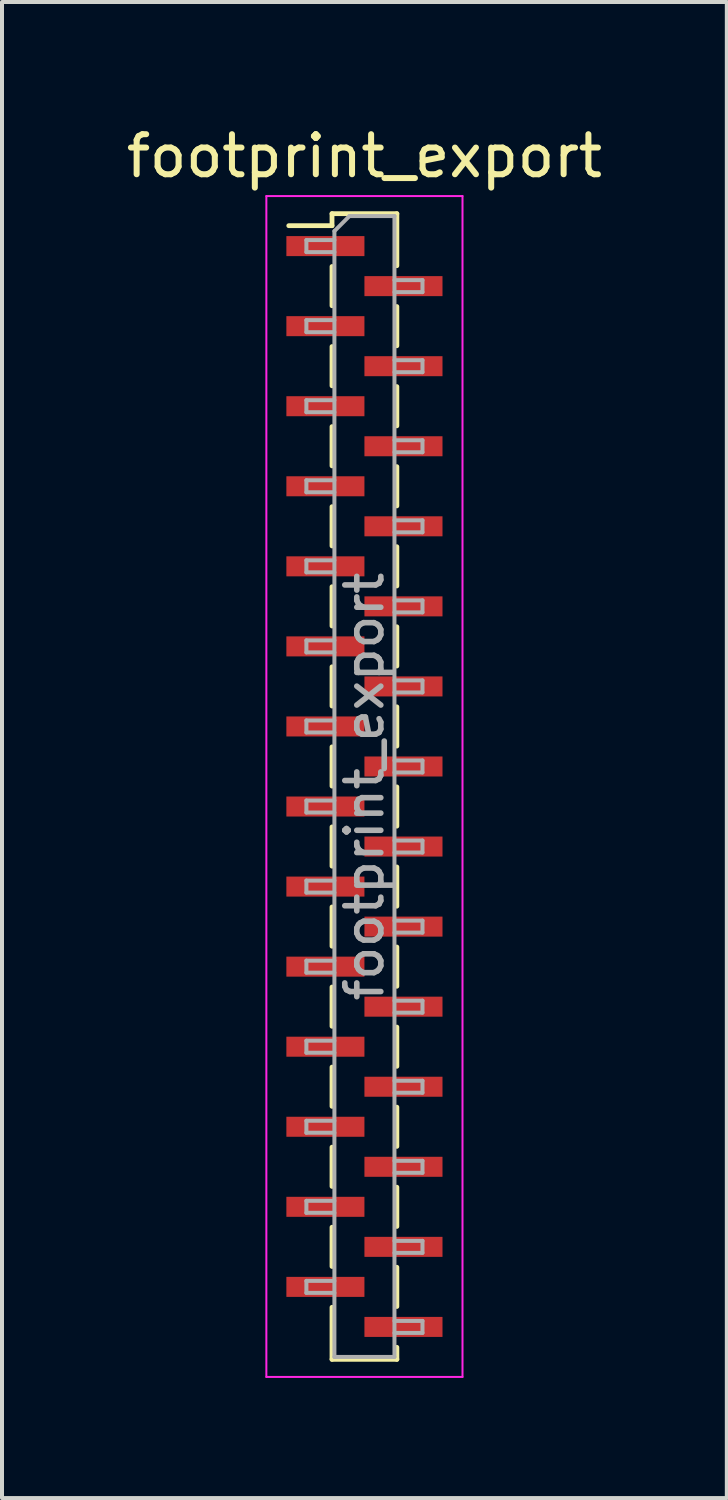
<source format=kicad_pcb>
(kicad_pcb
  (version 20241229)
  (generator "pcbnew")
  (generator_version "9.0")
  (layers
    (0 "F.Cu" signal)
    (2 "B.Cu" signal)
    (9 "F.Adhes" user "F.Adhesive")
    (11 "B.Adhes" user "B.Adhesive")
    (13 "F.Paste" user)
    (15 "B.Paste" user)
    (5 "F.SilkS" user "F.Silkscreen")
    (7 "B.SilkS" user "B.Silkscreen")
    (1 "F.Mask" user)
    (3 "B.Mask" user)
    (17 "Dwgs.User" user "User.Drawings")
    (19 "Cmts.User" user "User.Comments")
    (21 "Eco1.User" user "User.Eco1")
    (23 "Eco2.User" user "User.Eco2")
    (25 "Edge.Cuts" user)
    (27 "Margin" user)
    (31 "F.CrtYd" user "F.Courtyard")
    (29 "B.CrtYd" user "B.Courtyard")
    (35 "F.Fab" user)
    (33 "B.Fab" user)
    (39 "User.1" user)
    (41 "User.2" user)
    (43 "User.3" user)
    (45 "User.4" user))
  (footprint "footprint_export"
    (layer "F.Cu")
    (at 6.054 16.598)
    (property "Reference" "footprint_export" (at 0 -15.75 0) (layer "F.SilkS") (effects (font (size 1 1) (thickness 0.15))))
    (attr smd)
    (fp_line (start -1.89 -14.01) (end -0.81 -14.01) (stroke (width 0.12) (type solid)) (layer "F.SilkS"))
    (fp_line (start -0.81 -14.31) (end -0.81 -14.01) (stroke (width 0.12) (type solid)) (layer "F.SilkS"))
    (fp_line (start -0.81 -14.31) (end 0.81 -14.31) (stroke (width 0.12) (type solid)) (layer "F.SilkS"))
    (fp_line (start -0.81 -12.99) (end -0.81 -12.01) (stroke (width 0.12) (type solid)) (layer "F.SilkS"))
    (fp_line (start -0.81 -10.99) (end -0.81 -10.01) (stroke (width 0.12) (type solid)) (layer "F.SilkS"))
    (fp_line (start -0.81 -8.99) (end -0.81 -8.01) (stroke (width 0.12) (type solid)) (layer "F.SilkS"))
    (fp_line (start -0.81 -6.99) (end -0.81 -6.01) (stroke (width 0.12) (type solid)) (layer "F.SilkS"))
    (fp_line (start -0.81 -4.99) (end -0.81 -4.01) (stroke (width 0.12) (type solid)) (layer "F.SilkS"))
    (fp_line (start -0.81 -2.99) (end -0.81 -2.01) (stroke (width 0.12) (type solid)) (layer "F.SilkS"))
    (fp_line (start -0.81 -0.99) (end -0.81 -0.01) (stroke (width 0.12) (type solid)) (layer "F.SilkS"))
    (fp_line (start -0.81 1.01) (end -0.81 1.99) (stroke (width 0.12) (type solid)) (layer "F.SilkS"))
    (fp_line (start -0.81 3.01) (end -0.81 3.99) (stroke (width 0.12) (type solid)) (layer "F.SilkS"))
    (fp_line (start -0.81 5.01) (end -0.81 5.99) (stroke (width 0.12) (type solid)) (layer "F.SilkS"))
    (fp_line (start -0.81 7.01) (end -0.81 7.99) (stroke (width 0.12) (type solid)) (layer "F.SilkS"))
    (fp_line (start -0.81 9.01) (end -0.81 9.99) (stroke (width 0.12) (type solid)) (layer "F.SilkS"))
    (fp_line (start -0.81 11.01) (end -0.81 11.99) (stroke (width 0.12) (type solid)) (layer "F.SilkS"))
    (fp_line (start -0.81 13.01) (end -0.81 14.31) (stroke (width 0.12) (type solid)) (layer "F.SilkS"))
    (fp_line (start -0.81 14.31) (end 0.81 14.31) (stroke (width 0.12) (type solid)) (layer "F.SilkS"))
    (fp_line (start 0.81 -14.31) (end 0.81 -13.01) (stroke (width 0.12) (type solid)) (layer "F.SilkS"))
    (fp_line (start 0.81 -11.99) (end 0.81 -11.01) (stroke (width 0.12) (type solid)) (layer "F.SilkS"))
    (fp_line (start 0.81 -9.99) (end 0.81 -9.01) (stroke (width 0.12) (type solid)) (layer "F.SilkS"))
    (fp_line (start 0.81 -7.99) (end 0.81 -7.01) (stroke (width 0.12) (type solid)) (layer "F.SilkS"))
    (fp_line (start 0.81 -5.99) (end 0.81 -5.01) (stroke (width 0.12) (type solid)) (layer "F.SilkS"))
    (fp_line (start 0.81 -3.99) (end 0.81 -3.01) (stroke (width 0.12) (type solid)) (layer "F.SilkS"))
    (fp_line (start 0.81 -1.99) (end 0.81 -1.01) (stroke (width 0.12) (type solid)) (layer "F.SilkS"))
    (fp_line (start 0.81 0.01) (end 0.81 0.99) (stroke (width 0.12) (type solid)) (layer "F.SilkS"))
    (fp_line (start 0.81 2.01) (end 0.81 2.99) (stroke (width 0.12) (type solid)) (layer "F.SilkS"))
    (fp_line (start 0.81 4.01) (end 0.81 4.99) (stroke (width 0.12) (type solid)) (layer "F.SilkS"))
    (fp_line (start 0.81 6.01) (end 0.81 6.99) (stroke (width 0.12) (type solid)) (layer "F.SilkS"))
    (fp_line (start 0.81 8.01) (end 0.81 8.99) (stroke (width 0.12) (type solid)) (layer "F.SilkS"))
    (fp_line (start 0.81 10.01) (end 0.81 10.99) (stroke (width 0.12) (type solid)) (layer "F.SilkS"))
    (fp_line (start 0.81 12.01) (end 0.81 12.99) (stroke (width 0.12) (type solid)) (layer "F.SilkS"))
    (fp_line (start 0.81 14.01) (end 0.81 14.31) (stroke (width 0.12) (type solid)) (layer "F.SilkS"))
    (fp_line (start -2.45 -14.75) (end 2.45 -14.75) (stroke (width 0.05) (type solid)) (layer "F.CrtYd"))
    (fp_line (start -2.45 14.75) (end -2.45 -14.75) (stroke (width 0.05) (type solid)) (layer "F.CrtYd"))
    (fp_line (start 2.45 -14.75) (end 2.45 14.75) (stroke (width 0.05) (type solid)) (layer "F.CrtYd"))
    (fp_line (start 2.45 14.75) (end -2.45 14.75) (stroke (width 0.05) (type solid)) (layer "F.CrtYd"))
    (fp_line (start -1.45 -13.65) (end -0.75 -13.65) (stroke (width 0.1) (type solid)) (layer "F.Fab"))
    (fp_line (start -1.45 -13.35) (end -1.45 -13.65) (stroke (width 0.1) (type solid)) (layer "F.Fab"))
    (fp_line (start -1.45 -11.65) (end -0.75 -11.65) (stroke (width 0.1) (type solid)) (layer "F.Fab"))
    (fp_line (start -1.45 -11.35) (end -1.45 -11.65) (stroke (width 0.1) (type solid)) (layer "F.Fab"))
    (fp_line (start -1.45 -9.65) (end -0.75 -9.65) (stroke (width 0.1) (type solid)) (layer "F.Fab"))
    (fp_line (start -1.45 -9.35) (end -1.45 -9.65) (stroke (width 0.1) (type solid)) (layer "F.Fab"))
    (fp_line (start -1.45 -7.65) (end -0.75 -7.65) (stroke (width 0.1) (type solid)) (layer "F.Fab"))
    (fp_line (start -1.45 -7.35) (end -1.45 -7.65) (stroke (width 0.1) (type solid)) (layer "F.Fab"))
    (fp_line (start -1.45 -5.65) (end -0.75 -5.65) (stroke (width 0.1) (type solid)) (layer "F.Fab"))
    (fp_line (start -1.45 -5.35) (end -1.45 -5.65) (stroke (width 0.1) (type solid)) (layer "F.Fab"))
    (fp_line (start -1.45 -3.65) (end -0.75 -3.65) (stroke (width 0.1) (type solid)) (layer "F.Fab"))
    (fp_line (start -1.45 -3.35) (end -1.45 -3.65) (stroke (width 0.1) (type solid)) (layer "F.Fab"))
    (fp_line (start -1.45 -1.65) (end -0.75 -1.65) (stroke (width 0.1) (type solid)) (layer "F.Fab"))
    (fp_line (start -1.45 -1.35) (end -1.45 -1.65) (stroke (width 0.1) (type solid)) (layer "F.Fab"))
    (fp_line (start -1.45 0.35) (end -0.75 0.35) (stroke (width 0.1) (type solid)) (layer "F.Fab"))
    (fp_line (start -1.45 0.65) (end -1.45 0.35) (stroke (width 0.1) (type solid)) (layer "F.Fab"))
    (fp_line (start -1.45 2.35) (end -0.75 2.35) (stroke (width 0.1) (type solid)) (layer "F.Fab"))
    (fp_line (start -1.45 2.65) (end -1.45 2.35) (stroke (width 0.1) (type solid)) (layer "F.Fab"))
    (fp_line (start -1.45 4.35) (end -0.75 4.35) (stroke (width 0.1) (type solid)) (layer "F.Fab"))
    (fp_line (start -1.45 4.65) (end -1.45 4.35) (stroke (width 0.1) (type solid)) (layer "F.Fab"))
    (fp_line (start -1.45 6.35) (end -0.75 6.35) (stroke (width 0.1) (type solid)) (layer "F.Fab"))
    (fp_line (start -1.45 6.65) (end -1.45 6.35) (stroke (width 0.1) (type solid)) (layer "F.Fab"))
    (fp_line (start -1.45 8.35) (end -0.75 8.35) (stroke (width 0.1) (type solid)) (layer "F.Fab"))
    (fp_line (start -1.45 8.65) (end -1.45 8.35) (stroke (width 0.1) (type solid)) (layer "F.Fab"))
    (fp_line (start -1.45 10.35) (end -0.75 10.35) (stroke (width 0.1) (type solid)) (layer "F.Fab"))
    (fp_line (start -1.45 10.65) (end -1.45 10.35) (stroke (width 0.1) (type solid)) (layer "F.Fab"))
    (fp_line (start -1.45 12.35) (end -0.75 12.35) (stroke (width 0.1) (type solid)) (layer "F.Fab"))
    (fp_line (start -1.45 12.65) (end -1.45 12.35) (stroke (width 0.1) (type solid)) (layer "F.Fab"))
    (fp_line (start -0.75 -13.875) (end -0.375 -14.25) (stroke (width 0.1) (type solid)) (layer "F.Fab"))
    (fp_line (start -0.75 -13.35) (end -1.45 -13.35) (stroke (width 0.1) (type solid)) (layer "F.Fab"))
    (fp_line (start -0.75 -11.35) (end -1.45 -11.35) (stroke (width 0.1) (type solid)) (layer "F.Fab"))
    (fp_line (start -0.75 -9.35) (end -1.45 -9.35) (stroke (width 0.1) (type solid)) (layer "F.Fab"))
    (fp_line (start -0.75 -7.35) (end -1.45 -7.35) (stroke (width 0.1) (type solid)) (layer "F.Fab"))
    (fp_line (start -0.75 -5.35) (end -1.45 -5.35) (stroke (width 0.1) (type solid)) (layer "F.Fab"))
    (fp_line (start -0.75 -3.35) (end -1.45 -3.35) (stroke (width 0.1) (type solid)) (layer "F.Fab"))
    (fp_line (start -0.75 -1.35) (end -1.45 -1.35) (stroke (width 0.1) (type solid)) (layer "F.Fab"))
    (fp_line (start -0.75 0.65) (end -1.45 0.65) (stroke (width 0.1) (type solid)) (layer "F.Fab"))
    (fp_line (start -0.75 2.65) (end -1.45 2.65) (stroke (width 0.1) (type solid)) (layer "F.Fab"))
    (fp_line (start -0.75 4.65) (end -1.45 4.65) (stroke (width 0.1) (type solid)) (layer "F.Fab"))
    (fp_line (start -0.75 6.65) (end -1.45 6.65) (stroke (width 0.1) (type solid)) (layer "F.Fab"))
    (fp_line (start -0.75 8.65) (end -1.45 8.65) (stroke (width 0.1) (type solid)) (layer "F.Fab"))
    (fp_line (start -0.75 10.65) (end -1.45 10.65) (stroke (width 0.1) (type solid)) (layer "F.Fab"))
    (fp_line (start -0.75 12.65) (end -1.45 12.65) (stroke (width 0.1) (type solid)) (layer "F.Fab"))
    (fp_line (start -0.75 14.25) (end -0.75 -13.875) (stroke (width 0.1) (type solid)) (layer "F.Fab"))
    (fp_line (start -0.375 -14.25) (end 0.75 -14.25) (stroke (width 0.1) (type solid)) (layer "F.Fab"))
    (fp_line (start 0.75 -14.25) (end 0.75 14.25) (stroke (width 0.1) (type solid)) (layer "F.Fab"))
    (fp_line (start 0.75 -12.65) (end 1.45 -12.65) (stroke (width 0.1) (type solid)) (layer "F.Fab"))
    (fp_line (start 0.75 -10.65) (end 1.45 -10.65) (stroke (width 0.1) (type solid)) (layer "F.Fab"))
    (fp_line (start 0.75 -8.65) (end 1.45 -8.65) (stroke (width 0.1) (type solid)) (layer "F.Fab"))
    (fp_line (start 0.75 -6.65) (end 1.45 -6.65) (stroke (width 0.1) (type solid)) (layer "F.Fab"))
    (fp_line (start 0.75 -4.65) (end 1.45 -4.65) (stroke (width 0.1) (type solid)) (layer "F.Fab"))
    (fp_line (start 0.75 -2.65) (end 1.45 -2.65) (stroke (width 0.1) (type solid)) (layer "F.Fab"))
    (fp_line (start 0.75 -0.65) (end 1.45 -0.65) (stroke (width 0.1) (type solid)) (layer "F.Fab"))
    (fp_line (start 0.75 1.35) (end 1.45 1.35) (stroke (width 0.1) (type solid)) (layer "F.Fab"))
    (fp_line (start 0.75 3.35) (end 1.45 3.35) (stroke (width 0.1) (type solid)) (layer "F.Fab"))
    (fp_line (start 0.75 5.35) (end 1.45 5.35) (stroke (width 0.1) (type solid)) (layer "F.Fab"))
    (fp_line (start 0.75 7.35) (end 1.45 7.35) (stroke (width 0.1) (type solid)) (layer "F.Fab"))
    (fp_line (start 0.75 9.35) (end 1.45 9.35) (stroke (width 0.1) (type solid)) (layer "F.Fab"))
    (fp_line (start 0.75 11.35) (end 1.45 11.35) (stroke (width 0.1) (type solid)) (layer "F.Fab"))
    (fp_line (start 0.75 13.35) (end 1.45 13.35) (stroke (width 0.1) (type solid)) (layer "F.Fab"))
    (fp_line (start 0.75 14.25) (end -0.75 14.25) (stroke (width 0.1) (type solid)) (layer "F.Fab"))
    (fp_line (start 1.45 -12.65) (end 1.45 -12.35) (stroke (width 0.1) (type solid)) (layer "F.Fab"))
    (fp_line (start 1.45 -12.35) (end 0.75 -12.35) (stroke (width 0.1) (type solid)) (layer "F.Fab"))
    (fp_line (start 1.45 -10.65) (end 1.45 -10.35) (stroke (width 0.1) (type solid)) (layer "F.Fab"))
    (fp_line (start 1.45 -10.35) (end 0.75 -10.35) (stroke (width 0.1) (type solid)) (layer "F.Fab"))
    (fp_line (start 1.45 -8.65) (end 1.45 -8.35) (stroke (width 0.1) (type solid)) (layer "F.Fab"))
    (fp_line (start 1.45 -8.35) (end 0.75 -8.35) (stroke (width 0.1) (type solid)) (layer "F.Fab"))
    (fp_line (start 1.45 -6.65) (end 1.45 -6.35) (stroke (width 0.1) (type solid)) (layer "F.Fab"))
    (fp_line (start 1.45 -6.35) (end 0.75 -6.35) (stroke (width 0.1) (type solid)) (layer "F.Fab"))
    (fp_line (start 1.45 -4.65) (end 1.45 -4.35) (stroke (width 0.1) (type solid)) (layer "F.Fab"))
    (fp_line (start 1.45 -4.35) (end 0.75 -4.35) (stroke (width 0.1) (type solid)) (layer "F.Fab"))
    (fp_line (start 1.45 -2.65) (end 1.45 -2.35) (stroke (width 0.1) (type solid)) (layer "F.Fab"))
    (fp_line (start 1.45 -2.35) (end 0.75 -2.35) (stroke (width 0.1) (type solid)) (layer "F.Fab"))
    (fp_line (start 1.45 -0.65) (end 1.45 -0.35) (stroke (width 0.1) (type solid)) (layer "F.Fab"))
    (fp_line (start 1.45 -0.35) (end 0.75 -0.35) (stroke (width 0.1) (type solid)) (layer "F.Fab"))
    (fp_line (start 1.45 1.35) (end 1.45 1.65) (stroke (width 0.1) (type solid)) (layer "F.Fab"))
    (fp_line (start 1.45 1.65) (end 0.75 1.65) (stroke (width 0.1) (type solid)) (layer "F.Fab"))
    (fp_line (start 1.45 3.35) (end 1.45 3.65) (stroke (width 0.1) (type solid)) (layer "F.Fab"))
    (fp_line (start 1.45 3.65) (end 0.75 3.65) (stroke (width 0.1) (type solid)) (layer "F.Fab"))
    (fp_line (start 1.45 5.35) (end 1.45 5.65) (stroke (width 0.1) (type solid)) (layer "F.Fab"))
    (fp_line (start 1.45 5.65) (end 0.75 5.65) (stroke (width 0.1) (type solid)) (layer "F.Fab"))
    (fp_line (start 1.45 7.35) (end 1.45 7.65) (stroke (width 0.1) (type solid)) (layer "F.Fab"))
    (fp_line (start 1.45 7.65) (end 0.75 7.65) (stroke (width 0.1) (type solid)) (layer "F.Fab"))
    (fp_line (start 1.45 9.35) (end 1.45 9.65) (stroke (width 0.1) (type solid)) (layer "F.Fab"))
    (fp_line (start 1.45 9.65) (end 0.75 9.65) (stroke (width 0.1) (type solid)) (layer "F.Fab"))
    (fp_line (start 1.45 11.35) (end 1.45 11.65) (stroke (width 0.1) (type solid)) (layer "F.Fab"))
    (fp_line (start 1.45 11.65) (end 0.75 11.65) (stroke (width 0.1) (type solid)) (layer "F.Fab"))
    (fp_line (start 1.45 13.35) (end 1.45 13.65) (stroke (width 0.1) (type solid)) (layer "F.Fab"))
    (fp_line (start 1.45 13.65) (end 0.75 13.65) (stroke (width 0.1) (type solid)) (layer "F.Fab"))
    (fp_text user "${REFERENCE}" (at 0 0 90) (layer "F.Fab") (effects (font (size 0.9 0.9) (thickness 0.14))))
    (pad "1" smd rect (at -0.975 -13.5) (size 1.95 0.5) (layers "F.Cu" "F.Mask" "F.Paste"))
    (pad "2" smd rect (at 0.975 -12.5) (size 1.95 0.5) (layers "F.Cu" "F.Mask" "F.Paste"))
    (pad "3" smd rect (at -0.975 -11.5) (size 1.95 0.5) (layers "F.Cu" "F.Mask" "F.Paste"))
    (pad "4" smd rect (at 0.975 -10.5) (size 1.95 0.5) (layers "F.Cu" "F.Mask" "F.Paste"))
    (pad "5" smd rect (at -0.975 -9.5) (size 1.95 0.5) (layers "F.Cu" "F.Mask" "F.Paste"))
    (pad "6" smd rect (at 0.975 -8.5) (size 1.95 0.5) (layers "F.Cu" "F.Mask" "F.Paste"))
    (pad "7" smd rect (at -0.975 -7.5) (size 1.95 0.5) (layers "F.Cu" "F.Mask" "F.Paste"))
    (pad "8" smd rect (at 0.975 -6.5) (size 1.95 0.5) (layers "F.Cu" "F.Mask" "F.Paste"))
    (pad "9" smd rect (at -0.975 -5.5) (size 1.95 0.5) (layers "F.Cu" "F.Mask" "F.Paste"))
    (pad "10" smd rect (at 0.975 -4.5) (size 1.95 0.5) (layers "F.Cu" "F.Mask" "F.Paste"))
    (pad "11" smd rect (at -0.975 -3.5) (size 1.95 0.5) (layers "F.Cu" "F.Mask" "F.Paste"))
    (pad "12" smd rect (at 0.975 -2.5) (size 1.95 0.5) (layers "F.Cu" "F.Mask" "F.Paste"))
    (pad "13" smd rect (at -0.975 -1.5) (size 1.95 0.5) (layers "F.Cu" "F.Mask" "F.Paste"))
    (pad "14" smd rect (at 0.975 -0.5) (size 1.95 0.5) (layers "F.Cu" "F.Mask" "F.Paste"))
    (pad "15" smd rect (at -0.975 0.5) (size 1.95 0.5) (layers "F.Cu" "F.Mask" "F.Paste"))
    (pad "16" smd rect (at 0.975 1.5) (size 1.95 0.5) (layers "F.Cu" "F.Mask" "F.Paste"))
    (pad "17" smd rect (at -0.975 2.5) (size 1.95 0.5) (layers "F.Cu" "F.Mask" "F.Paste"))
    (pad "18" smd rect (at 0.975 3.5) (size 1.95 0.5) (layers "F.Cu" "F.Mask" "F.Paste"))
    (pad "19" smd rect (at -0.975 4.5) (size 1.95 0.5) (layers "F.Cu" "F.Mask" "F.Paste"))
    (pad "20" smd rect (at 0.975 5.5) (size 1.95 0.5) (layers "F.Cu" "F.Mask" "F.Paste"))
    (pad "21" smd rect (at -0.975 6.5) (size 1.95 0.5) (layers "F.Cu" "F.Mask" "F.Paste"))
    (pad "22" smd rect (at 0.975 7.5) (size 1.95 0.5) (layers "F.Cu" "F.Mask" "F.Paste"))
    (pad "23" smd rect (at -0.975 8.5) (size 1.95 0.5) (layers "F.Cu" "F.Mask" "F.Paste"))
    (pad "24" smd rect (at 0.975 9.5) (size 1.95 0.5) (layers "F.Cu" "F.Mask" "F.Paste"))
    (pad "25" smd rect (at -0.975 10.5) (size 1.95 0.5) (layers "F.Cu" "F.Mask" "F.Paste"))
    (pad "26" smd rect (at 0.975 11.5) (size 1.95 0.5) (layers "F.Cu" "F.Mask" "F.Paste"))
    (pad "27" smd rect (at -0.975 12.5) (size 1.95 0.5) (layers "F.Cu" "F.Mask" "F.Paste"))
    (pad "28" smd rect (at 0.975 13.5) (size 1.95 0.5) (layers "F.Cu" "F.Mask" "F.Paste")))
  (gr_rect
    (start -3 -3)
    (end 15.107 34.373)
    (stroke (width 0.1) (type default))
    (fill no)
    (layer "Edge.Cuts")))
</source>
